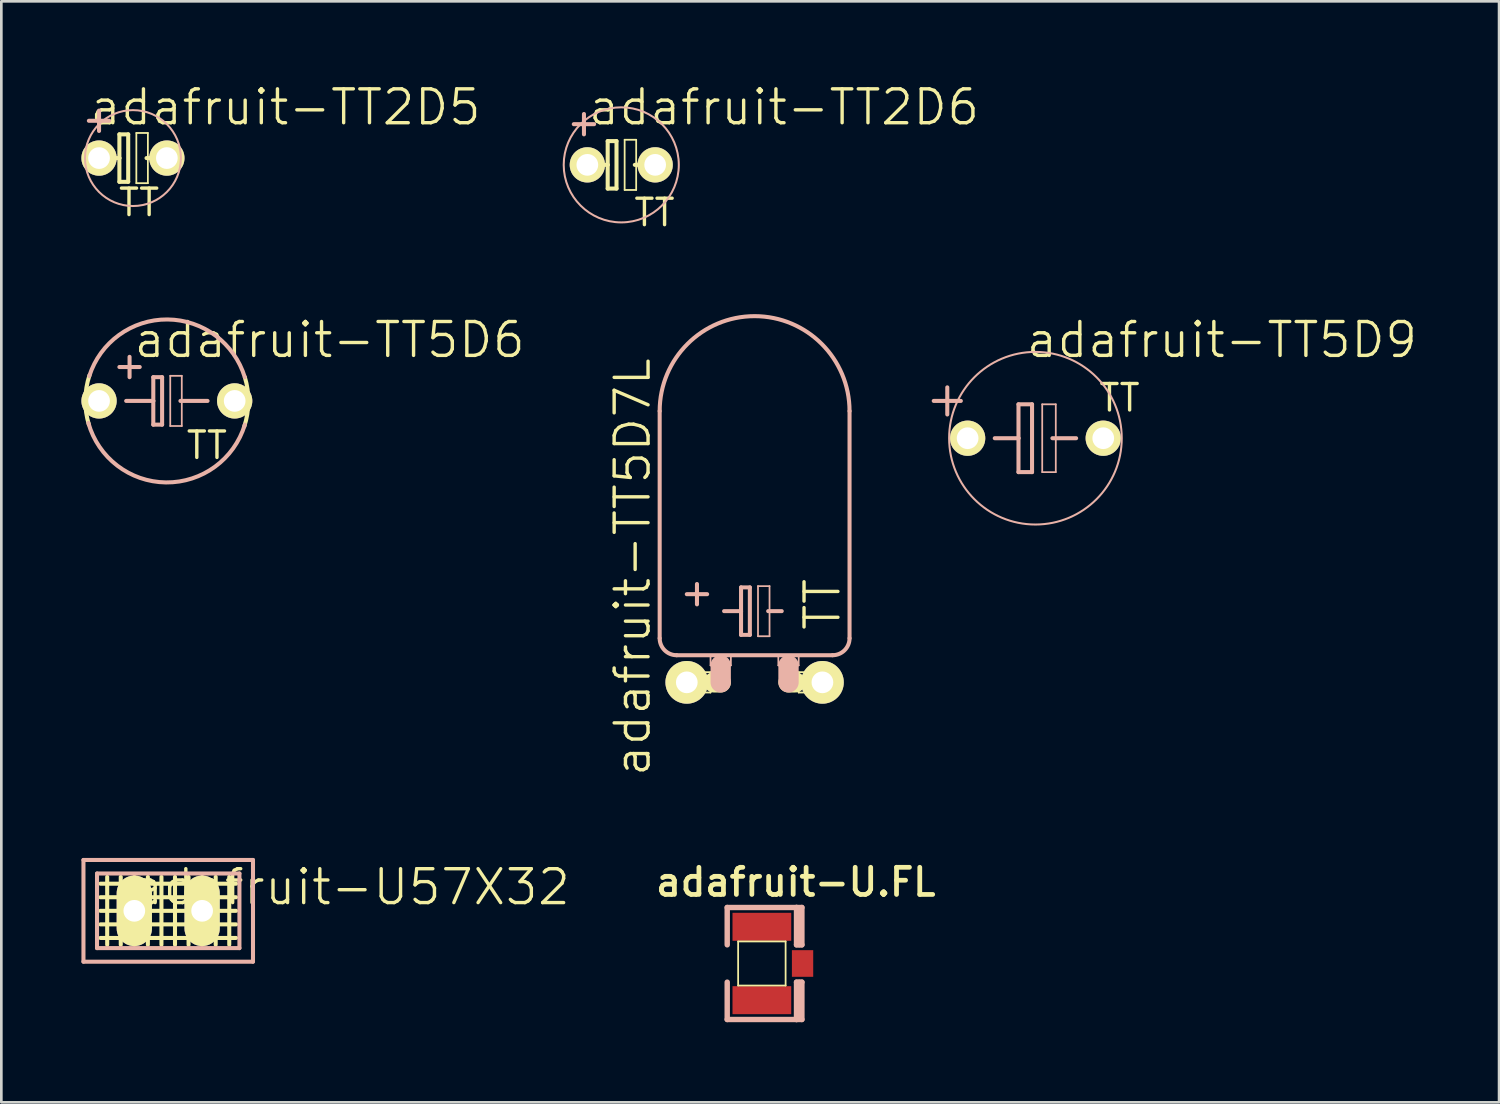
<source format=kicad_pcb>
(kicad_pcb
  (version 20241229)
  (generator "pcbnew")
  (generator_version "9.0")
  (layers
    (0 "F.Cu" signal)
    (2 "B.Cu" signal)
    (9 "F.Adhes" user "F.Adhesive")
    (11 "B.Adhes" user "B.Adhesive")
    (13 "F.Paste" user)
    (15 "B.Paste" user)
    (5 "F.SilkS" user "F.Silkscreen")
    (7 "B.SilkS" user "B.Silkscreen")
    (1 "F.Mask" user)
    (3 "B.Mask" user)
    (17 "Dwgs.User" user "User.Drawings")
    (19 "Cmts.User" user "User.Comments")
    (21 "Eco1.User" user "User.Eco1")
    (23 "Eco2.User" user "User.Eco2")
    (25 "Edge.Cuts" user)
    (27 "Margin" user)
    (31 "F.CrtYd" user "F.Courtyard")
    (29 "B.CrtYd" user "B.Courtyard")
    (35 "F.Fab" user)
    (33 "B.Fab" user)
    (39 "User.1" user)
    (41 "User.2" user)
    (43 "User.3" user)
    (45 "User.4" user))
  (footprint "adafruit-TT5D6"
    (layer "F.Cu")
    (at 3.2 11.967)
    (property "Reference" "adafruit-TT5D6" (at 6.096 -2.286 0) (layer "F.SilkS") (effects (font (size 1.27 1.27) (thickness 0.127))))
    (attr exclude_from_pos_files exclude_from_bom)
    (fp_arc (start -2.921 0.889) (mid -3.053044 -0.0385) (end -2.897653 -0.962376) (stroke (width 0.1524) (type solid)) (layer "F.SilkS"))
    (fp_arc (start 2.921 -0.889) (mid 3.053044 0.0385) (end 2.897653 0.962376) (stroke (width 0.1524) (type solid)) (layer "F.SilkS"))
    (fp_line (start -1.778 -1.27) (end -1.016 -1.27) (stroke (width 0.152) (type solid)) (layer "B.SilkS"))
    (fp_line (start -1.524 0) (end -0.508 0) (stroke (width 0.152) (type solid)) (layer "B.SilkS"))
    (fp_line (start -1.397 -1.651) (end -1.397 -0.889) (stroke (width 0.152) (type solid)) (layer "B.SilkS"))
    (fp_line (start -0.508 -0.889) (end -0.508 0) (stroke (width 0.152) (type solid)) (layer "B.SilkS"))
    (fp_line (start -0.508 0) (end -0.508 0.889) (stroke (width 0.152) (type solid)) (layer "B.SilkS"))
    (fp_line (start -0.508 0.889) (end -0.178 0.889) (stroke (width 0.152) (type solid)) (layer "B.SilkS"))
    (fp_line (start -0.178 -0.889) (end -0.508 -0.889) (stroke (width 0.152) (type solid)) (layer "B.SilkS"))
    (fp_line (start -0.178 0.889) (end -0.178 -0.889) (stroke (width 0.152) (type solid)) (layer "B.SilkS"))
    (fp_line (start 0.127 -0.94) (end 0.559 -0.94) (stroke (width 0.066) (type solid)) (layer "B.SilkS"))
    (fp_line (start 0.127 0.94) (end 0.127 -0.94) (stroke (width 0.066) (type solid)) (layer "B.SilkS"))
    (fp_line (start 0.127 0.94) (end 0.559 0.94) (stroke (width 0.066) (type solid)) (layer "B.SilkS"))
    (fp_line (start 0.508 0) (end 1.524 0) (stroke (width 0.152) (type solid)) (layer "B.SilkS"))
    (fp_line (start 0.559 0.94) (end 0.559 -0.94) (stroke (width 0.066) (type solid)) (layer "B.SilkS"))
    (fp_arc (start -2.90576 -0.92964) (mid 0.020821 -3.050777) (end 2.918178 -0.889892) (stroke (width 0.1524) (type solid)) (layer "B.SilkS"))
    (fp_arc (start 2.921 0.889) (mid -0.03344 3.053104) (end -2.939771 0.824809) (stroke (width 0.1524) (type solid)) (layer "B.SilkS"))
    (fp_text user "TT" (at 1.499 1.664 0) (layer "F.SilkS") (effects (font (size 0.991 0.991) (thickness 0.127))))
    (pad "+" thru_hole circle (at -2.54 0) (size 1.321 1.321) (drill 0.813) (layers "*.Cu" "F.Mask" "F.SilkS" "F.Paste"))
    (pad "-" thru_hole circle (at 2.54 0) (size 1.321 1.321) (drill 0.813) (layers "*.Cu" "F.Mask" "F.SilkS" "F.Paste")))
  (footprint "adafruit-TT2D6"
    (layer "F.Cu")
    (at 20.22 3.125)
    (property "Reference" "adafruit-TT2D6" (at 6.096 -2.159 0) (layer "F.SilkS") (effects (font (size 1.27 1.27) (thickness 0.127))))
    (attr exclude_from_pos_files exclude_from_bom)
    (fp_line (start -1.016 0) (end -0.508 0) (stroke (width 0.152) (type solid)) (layer "F.SilkS"))
    (fp_line (start -0.508 -0.889) (end -0.508 0) (stroke (width 0.152) (type solid)) (layer "F.SilkS"))
    (fp_line (start -0.508 0) (end -0.508 0.889) (stroke (width 0.152) (type solid)) (layer "F.SilkS"))
    (fp_line (start -0.508 0.889) (end -0.178 0.889) (stroke (width 0.152) (type solid)) (layer "F.SilkS"))
    (fp_line (start -0.178 -0.889) (end -0.508 -0.889) (stroke (width 0.152) (type solid)) (layer "F.SilkS"))
    (fp_line (start -0.178 0.889) (end -0.178 -0.889) (stroke (width 0.152) (type solid)) (layer "F.SilkS"))
    (fp_line (start 0.127 -0.94) (end 0.559 -0.94) (stroke (width 0.066) (type solid)) (layer "F.SilkS"))
    (fp_line (start 0.127 0.94) (end 0.127 -0.94) (stroke (width 0.066) (type solid)) (layer "F.SilkS"))
    (fp_line (start 0.127 0.94) (end 0.559 0.94) (stroke (width 0.066) (type solid)) (layer "F.SilkS"))
    (fp_line (start 0.508 0) (end 1.016 0) (stroke (width 0.152) (type solid)) (layer "F.SilkS"))
    (fp_line (start 0.559 0.94) (end 0.559 -0.94) (stroke (width 0.066) (type solid)) (layer "F.SilkS"))
    (fp_line (start -1.778 -1.524) (end -1.016 -1.524) (stroke (width 0.152) (type solid)) (layer "B.SilkS"))
    (fp_line (start -1.397 -1.143) (end -1.397 -1.905) (stroke (width 0.152) (type solid)) (layer "B.SilkS"))
    (fp_circle (center 0 0) (end -1.524 1.524) (stroke (width 0.076) (type solid)) (fill no) (layer "B.SilkS"))
    (fp_text user "TT" (at 1.245 1.788 0) (layer "F.SilkS") (effects (font (size 0.991 0.991) (thickness 0.127))))
    (pad "+" thru_hole circle (at -1.27 0) (size 1.321 1.321) (drill 0.813) (layers "*.Cu" "F.Mask" "F.SilkS" "F.Paste"))
    (pad "-" thru_hole circle (at 1.27 0) (size 1.321 1.321) (drill 0.813) (layers "*.Cu" "F.Mask" "F.SilkS" "F.Paste")))
  (footprint "adafruit-U.FL"
    (layer "F.Cu")
    (at 25.487 33.039)
    (property "Reference" "adafruit-U.FL" (at 1.27 -3.048 0) (layer "F.SilkS") (effects (font (size 1.016 1.016) (thickness 0.178))))
    (attr smd)
    (fp_line (start -0.889 -0.826) (end 0.889 -0.826) (stroke (width 0.066) (type solid)) (layer "F.SilkS"))
    (fp_line (start -0.889 0.826) (end -0.889 -0.826) (stroke (width 0.066) (type solid)) (layer "F.SilkS"))
    (fp_line (start -0.889 0.826) (end 0.889 0.826) (stroke (width 0.066) (type solid)) (layer "F.SilkS"))
    (fp_line (start 0.889 0.826) (end 0.889 -0.826) (stroke (width 0.066) (type solid)) (layer "F.SilkS"))
    (fp_line (start -1.298 -0.699) (end -1.298 -2.098) (stroke (width 0.203) (type solid)) (layer "B.SilkS"))
    (fp_line (start -1.298 2.098) (end -1.298 0.699) (stroke (width 0.203) (type solid)) (layer "B.SilkS"))
    (fp_line (start -1.298 2.098) (end 1.298 2.098) (stroke (width 0.203) (type solid)) (layer "B.SilkS"))
    (fp_line (start 1.298 -2.098) (end -1.298 -2.098) (stroke (width 0.203) (type solid)) (layer "B.SilkS"))
    (fp_line (start 1.298 -0.699) (end 1.298 -2.098) (stroke (width 0.203) (type solid)) (layer "B.SilkS"))
    (fp_line (start 1.298 2.098) (end 1.298 0.699) (stroke (width 0.203) (type solid)) (layer "B.SilkS"))
    (fp_line (start 1.4 -0.699) (end 1.4 -1.999) (stroke (width 0.203) (type solid)) (layer "B.SilkS"))
    (fp_line (start 1.4 1.999) (end 1.4 0.699) (stroke (width 0.203) (type solid)) (layer "B.SilkS"))
    (fp_line (start 1.499 -2.098) (end 1.298 -2.098) (stroke (width 0.203) (type solid)) (layer "B.SilkS"))
    (fp_line (start 1.499 -0.699) (end 1.298 -0.699) (stroke (width 0.203) (type solid)) (layer "B.SilkS"))
    (fp_line (start 1.499 -0.699) (end 1.499 -2.098) (stroke (width 0.203) (type solid)) (layer "B.SilkS"))
    (fp_line (start 1.499 0.699) (end 1.298 0.699) (stroke (width 0.203) (type solid)) (layer "B.SilkS"))
    (fp_line (start 1.499 2.098) (end 1.298 2.098) (stroke (width 0.203) (type solid)) (layer "B.SilkS"))
    (fp_line (start 1.499 2.098) (end 1.499 0.699) (stroke (width 0.203) (type solid)) (layer "B.SilkS"))
    (pad "1" smd rect (at 0 -1.374) (size 2.2 1.049) (layers "F.Cu" "F.Mask" "F.Paste"))
    (pad "2" smd rect (at 0 1.374) (size 2.2 1.049) (layers "F.Cu" "F.Mask" "F.Paste"))
    (pad "3" smd rect (at 1.524 0) (size 0.798 0.998) (layers "F.Cu" "F.Mask" "F.Paste")))
  (footprint "adafruit-TT5D7L"
    (layer "F.Cu")
    (at 25.215 22.508)
    (property "Reference" "adafruit-TT5D7L" (at -4.572 -4.318 90) (layer "F.SilkS") (effects (font (size 1.27 1.27) (thickness 0.127))))
    (attr exclude_from_pos_files exclude_from_bom)
    (fp_line (start -2.54 -0.381) (end -1.651 -0.381) (stroke (width 0.066) (type solid)) (layer "F.SilkS"))
    (fp_line (start -2.54 0.381) (end -2.54 -0.381) (stroke (width 0.066) (type solid)) (layer "F.SilkS"))
    (fp_line (start -2.54 0.381) (end -1.651 0.381) (stroke (width 0.066) (type solid)) (layer "F.SilkS"))
    (fp_line (start -1.651 0.381) (end -1.651 -0.381) (stroke (width 0.066) (type solid)) (layer "F.SilkS"))
    (fp_line (start -1.524 0) (end -1.27 0) (stroke (width 0.762) (type solid)) (layer "F.SilkS"))
    (fp_line (start 1.524 0) (end 1.27 0) (stroke (width 0.762) (type solid)) (layer "F.SilkS"))
    (fp_line (start 1.651 -0.381) (end 2.54 -0.381) (stroke (width 0.066) (type solid)) (layer "F.SilkS"))
    (fp_line (start 1.651 0.381) (end 1.651 -0.381) (stroke (width 0.066) (type solid)) (layer "F.SilkS"))
    (fp_line (start 1.651 0.381) (end 2.54 0.381) (stroke (width 0.066) (type solid)) (layer "F.SilkS"))
    (fp_line (start 2.54 0.381) (end 2.54 -0.381) (stroke (width 0.066) (type solid)) (layer "F.SilkS"))
    (fp_line (start -3.556 -10.16) (end -3.556 -1.651) (stroke (width 0.152) (type solid)) (layer "B.SilkS"))
    (fp_line (start -2.921 -1.016) (end 2.921 -1.016) (stroke (width 0.152) (type solid)) (layer "B.SilkS"))
    (fp_line (start -2.54 -3.302) (end -1.778 -3.302) (stroke (width 0.152) (type solid)) (layer "B.SilkS"))
    (fp_line (start -2.159 -3.683) (end -2.159 -2.921) (stroke (width 0.152) (type solid)) (layer "B.SilkS"))
    (fp_line (start -1.651 -1.016) (end -0.889 -1.016) (stroke (width 0.066) (type solid)) (layer "B.SilkS"))
    (fp_line (start -1.651 -0.635) (end -1.651 -1.016) (stroke (width 0.066) (type solid)) (layer "B.SilkS"))
    (fp_line (start -1.651 -0.635) (end -0.889 -0.635) (stroke (width 0.066) (type solid)) (layer "B.SilkS"))
    (fp_line (start -1.27 -0.635) (end -1.27 0) (stroke (width 0.762) (type solid)) (layer "B.SilkS"))
    (fp_line (start -1.143 -2.667) (end -0.508 -2.667) (stroke (width 0.152) (type solid)) (layer "B.SilkS"))
    (fp_line (start -0.889 -0.635) (end -0.889 -1.016) (stroke (width 0.066) (type solid)) (layer "B.SilkS"))
    (fp_line (start -0.508 -3.556) (end -0.508 -2.667) (stroke (width 0.152) (type solid)) (layer "B.SilkS"))
    (fp_line (start -0.508 -2.667) (end -0.508 -1.778) (stroke (width 0.152) (type solid)) (layer "B.SilkS"))
    (fp_line (start -0.508 -1.778) (end -0.178 -1.778) (stroke (width 0.152) (type solid)) (layer "B.SilkS"))
    (fp_line (start -0.178 -3.556) (end -0.508 -3.556) (stroke (width 0.152) (type solid)) (layer "B.SilkS"))
    (fp_line (start -0.178 -1.778) (end -0.178 -3.556) (stroke (width 0.152) (type solid)) (layer "B.SilkS"))
    (fp_line (start 0.127 -3.604) (end 0.559 -3.604) (stroke (width 0.066) (type solid)) (layer "B.SilkS"))
    (fp_line (start 0.127 -1.727) (end 0.127 -3.604) (stroke (width 0.066) (type solid)) (layer "B.SilkS"))
    (fp_line (start 0.127 -1.727) (end 0.559 -1.727) (stroke (width 0.066) (type solid)) (layer "B.SilkS"))
    (fp_line (start 0.508 -2.667) (end 1.016 -2.667) (stroke (width 0.152) (type solid)) (layer "B.SilkS"))
    (fp_line (start 0.559 -1.727) (end 0.559 -3.604) (stroke (width 0.066) (type solid)) (layer "B.SilkS"))
    (fp_line (start 0.889 -1.016) (end 1.651 -1.016) (stroke (width 0.066) (type solid)) (layer "B.SilkS"))
    (fp_line (start 0.889 -0.635) (end 0.889 -1.016) (stroke (width 0.066) (type solid)) (layer "B.SilkS"))
    (fp_line (start 0.889 -0.635) (end 1.651 -0.635) (stroke (width 0.066) (type solid)) (layer "B.SilkS"))
    (fp_line (start 1.27 -0.635) (end 1.27 0) (stroke (width 0.762) (type solid)) (layer "B.SilkS"))
    (fp_line (start 1.651 -0.635) (end 1.651 -1.016) (stroke (width 0.066) (type solid)) (layer "B.SilkS"))
    (fp_line (start 3.556 -10.16) (end 3.556 -1.651) (stroke (width 0.152) (type solid)) (layer "B.SilkS"))
    (fp_arc (start -3.556 -10.16) (mid 0 -13.716) (end 3.556 -10.16) (stroke (width 0.1524) (type solid)) (layer "B.SilkS"))
    (fp_arc (start -2.921 -1.016) (mid -3.370013 -1.201987) (end -3.556 -1.651) (stroke (width 0.1524) (type solid)) (layer "B.SilkS"))
    (fp_arc (start 3.556 -1.651) (mid 3.370013 -1.201987) (end 2.921 -1.016) (stroke (width 0.1524) (type solid)) (layer "B.SilkS"))
    (fp_text user "TT" (at 2.54 -2.921 90) (layer "F.SilkS") (effects (font (size 1.27 1.27) (thickness 0.127))))
    (pad "+" thru_hole circle (at -2.54 0) (size 1.6 1.6) (drill 0.813) (layers "*.Cu" "F.Mask" "F.SilkS" "F.Paste"))
    (pad "-" thru_hole circle (at 2.54 0) (size 1.6 1.6) (drill 0.813) (layers "*.Cu" "F.Mask" "F.SilkS" "F.Paste")))
  (footprint "adafruit-U57X32"
    (layer "F.Cu")
    (at 3.251 31.066)
    (property "Reference" "adafruit-U57X32" (at 6.858 -0.889 0) (layer "F.SilkS") (effects (font (size 1.27 1.27) (thickness 0.127))))
    (attr exclude_from_pos_files exclude_from_bom)
    (fp_line (start -2.54 -1.016) (end 2.54 -1.016) (stroke (width 0.152) (type solid)) (layer "F.SilkS"))
    (fp_line (start -2.54 -0.508) (end 2.54 -0.508) (stroke (width 0.152) (type solid)) (layer "F.SilkS"))
    (fp_line (start -2.54 0) (end 2.54 0) (stroke (width 0.152) (type solid)) (layer "F.SilkS"))
    (fp_line (start -2.54 0.508) (end 2.54 0.508) (stroke (width 0.152) (type solid)) (layer "F.SilkS"))
    (fp_line (start -2.54 1.016) (end 2.54 1.016) (stroke (width 0.152) (type solid)) (layer "F.SilkS"))
    (fp_line (start -2.286 -1.27) (end -2.286 1.27) (stroke (width 0.152) (type solid)) (layer "F.SilkS"))
    (fp_line (start -1.778 -1.27) (end -1.778 1.27) (stroke (width 0.152) (type solid)) (layer "F.SilkS"))
    (fp_line (start -1.27 -1.27) (end -1.27 1.27) (stroke (width 0.152) (type solid)) (layer "F.SilkS"))
    (fp_line (start -0.762 -1.27) (end -0.762 1.27) (stroke (width 0.152) (type solid)) (layer "F.SilkS"))
    (fp_line (start -0.254 -1.27) (end -0.254 1.27) (stroke (width 0.152) (type solid)) (layer "F.SilkS"))
    (fp_line (start 0.254 -1.27) (end 0.254 1.27) (stroke (width 0.152) (type solid)) (layer "F.SilkS"))
    (fp_line (start 0.762 -1.27) (end 0.762 1.27) (stroke (width 0.152) (type solid)) (layer "F.SilkS"))
    (fp_line (start 1.27 -1.27) (end 1.27 1.27) (stroke (width 0.152) (type solid)) (layer "F.SilkS"))
    (fp_line (start 1.778 -1.27) (end 1.778 1.27) (stroke (width 0.152) (type solid)) (layer "F.SilkS"))
    (fp_line (start 2.286 -1.27) (end 2.286 1.27) (stroke (width 0.152) (type solid)) (layer "F.SilkS"))
    (fp_line (start -3.175 -1.905) (end -3.175 1.905) (stroke (width 0.152) (type solid)) (layer "B.SilkS"))
    (fp_line (start -3.175 -1.905) (end 3.175 -1.905) (stroke (width 0.152) (type solid)) (layer "B.SilkS"))
    (fp_line (start -2.667 -1.397) (end -2.667 1.397) (stroke (width 0.152) (type solid)) (layer "B.SilkS"))
    (fp_line (start -2.667 -1.397) (end 2.667 -1.397) (stroke (width 0.152) (type solid)) (layer "B.SilkS"))
    (fp_line (start 2.667 1.397) (end -2.667 1.397) (stroke (width 0.152) (type solid)) (layer "B.SilkS"))
    (fp_line (start 2.667 1.397) (end 2.667 -1.397) (stroke (width 0.152) (type solid)) (layer "B.SilkS"))
    (fp_line (start 3.175 1.905) (end -3.175 1.905) (stroke (width 0.152) (type solid)) (layer "B.SilkS"))
    (fp_line (start 3.175 1.905) (end 3.175 -1.905) (stroke (width 0.152) (type solid)) (layer "B.SilkS"))
    (pad "A" thru_hole oval (at -1.27 0 180) (size 1.321 2.642) (drill 0.813) (layers "*.Cu" "F.Mask" "F.SilkS" "F.Paste"))
    (pad "K" thru_hole oval (at 1.27 0 180) (size 1.321 2.642) (drill 0.813) (layers "*.Cu" "F.Mask" "F.SilkS" "F.Paste")))
  (footprint "adafruit-TT5D9"
    (layer "F.Cu")
    (at 35.734 13.364)
    (property "Reference" "adafruit-TT5D9" (at 6.985 -3.683 0) (layer "F.SilkS") (effects (font (size 1.27 1.27) (thickness 0.127))))
    (attr exclude_from_pos_files exclude_from_bom)
    (fp_line (start -3.302 -1.905) (end -3.302 -0.889) (stroke (width 0.152) (type solid)) (layer "B.SilkS"))
    (fp_line (start -2.794 -1.397) (end -3.81 -1.397) (stroke (width 0.152) (type solid)) (layer "B.SilkS"))
    (fp_line (start -1.524 0) (end -0.635 0) (stroke (width 0.152) (type solid)) (layer "B.SilkS"))
    (fp_line (start -0.635 -1.27) (end -0.635 0) (stroke (width 0.152) (type solid)) (layer "B.SilkS"))
    (fp_line (start -0.635 0) (end -0.635 1.27) (stroke (width 0.152) (type solid)) (layer "B.SilkS"))
    (fp_line (start -0.635 1.27) (end -0.127 1.27) (stroke (width 0.152) (type solid)) (layer "B.SilkS"))
    (fp_line (start -0.127 -1.27) (end -0.635 -1.27) (stroke (width 0.152) (type solid)) (layer "B.SilkS"))
    (fp_line (start -0.127 1.27) (end -0.127 -1.27) (stroke (width 0.152) (type solid)) (layer "B.SilkS"))
    (fp_line (start 0.254 -1.27) (end 0.762 -1.27) (stroke (width 0.066) (type solid)) (layer "B.SilkS"))
    (fp_line (start 0.254 1.27) (end 0.254 -1.27) (stroke (width 0.066) (type solid)) (layer "B.SilkS"))
    (fp_line (start 0.254 1.27) (end 0.762 1.27) (stroke (width 0.066) (type solid)) (layer "B.SilkS"))
    (fp_line (start 0.635 0) (end 1.524 0) (stroke (width 0.152) (type solid)) (layer "B.SilkS"))
    (fp_line (start 0.762 1.27) (end 0.762 -1.27) (stroke (width 0.066) (type solid)) (layer "B.SilkS"))
    (fp_circle (center 0 0) (end -2.286 2.286) (stroke (width 0.076) (type solid)) (fill no) (layer "B.SilkS"))
    (fp_text user "TT" (at 3.15 -1.511 0) (layer "F.SilkS") (effects (font (size 0.991 0.991) (thickness 0.127))))
    (pad "+" thru_hole circle (at -2.54 0) (size 1.321 1.321) (drill 0.813) (layers "*.Cu" "F.Mask" "F.SilkS" "F.Paste"))
    (pad "-" thru_hole circle (at 2.54 0) (size 1.321 1.321) (drill 0.813) (layers "*.Cu" "F.Mask" "F.SilkS" "F.Paste")))
  (footprint "adafruit-TT2D5"
    (layer "F.Cu")
    (at 1.93 2.871)
    (property "Reference" "adafruit-TT2D5" (at 5.715 -1.905 0) (layer "F.SilkS") (effects (font (size 1.27 1.27) (thickness 0.127))))
    (attr exclude_from_pos_files exclude_from_bom)
    (fp_line (start -1.016 0) (end -0.508 0) (stroke (width 0.152) (type solid)) (layer "F.SilkS"))
    (fp_line (start -0.508 -0.889) (end -0.508 0) (stroke (width 0.152) (type solid)) (layer "F.SilkS"))
    (fp_line (start -0.508 0) (end -0.508 0.889) (stroke (width 0.152) (type solid)) (layer "F.SilkS"))
    (fp_line (start -0.508 0.889) (end -0.178 0.889) (stroke (width 0.152) (type solid)) (layer "F.SilkS"))
    (fp_line (start -0.178 -0.889) (end -0.508 -0.889) (stroke (width 0.152) (type solid)) (layer "F.SilkS"))
    (fp_line (start -0.178 0.889) (end -0.178 -0.889) (stroke (width 0.152) (type solid)) (layer "F.SilkS"))
    (fp_line (start 0.127 -0.94) (end 0.559 -0.94) (stroke (width 0.066) (type solid)) (layer "F.SilkS"))
    (fp_line (start 0.127 0.94) (end 0.127 -0.94) (stroke (width 0.066) (type solid)) (layer "F.SilkS"))
    (fp_line (start 0.127 0.94) (end 0.559 0.94) (stroke (width 0.066) (type solid)) (layer "F.SilkS"))
    (fp_line (start 0.508 0) (end 1.016 0) (stroke (width 0.152) (type solid)) (layer "F.SilkS"))
    (fp_line (start 0.559 0.94) (end 0.559 -0.94) (stroke (width 0.066) (type solid)) (layer "F.SilkS"))
    (fp_line (start -1.27 -1.016) (end -1.27 -1.778) (stroke (width 0.152) (type solid)) (layer "B.SilkS"))
    (fp_line (start -0.889 -1.397) (end -1.651 -1.397) (stroke (width 0.152) (type solid)) (layer "B.SilkS"))
    (fp_circle (center 0 0) (end -1.27 1.27) (stroke (width 0.076) (type solid)) (fill no) (layer "B.SilkS"))
    (fp_text user "TT" (at 0.229 1.664 0) (layer "F.SilkS") (effects (font (size 0.991 0.991) (thickness 0.127))))
    (pad "+" thru_hole circle (at -1.27 0) (size 1.321 1.321) (drill 0.813) (layers "*.Cu" "F.Mask" "F.SilkS" "F.Paste"))
    (pad "-" thru_hole circle (at 1.27 0) (size 1.321 1.321) (drill 0.813) (layers "*.Cu" "F.Mask" "F.SilkS" "F.Paste")))
  (gr_rect
    (start -3 -3)
    (end 53.1 38.239)
    (stroke (width 0.1) (type default))
    (fill no)
    (layer "Edge.Cuts")))
</source>
